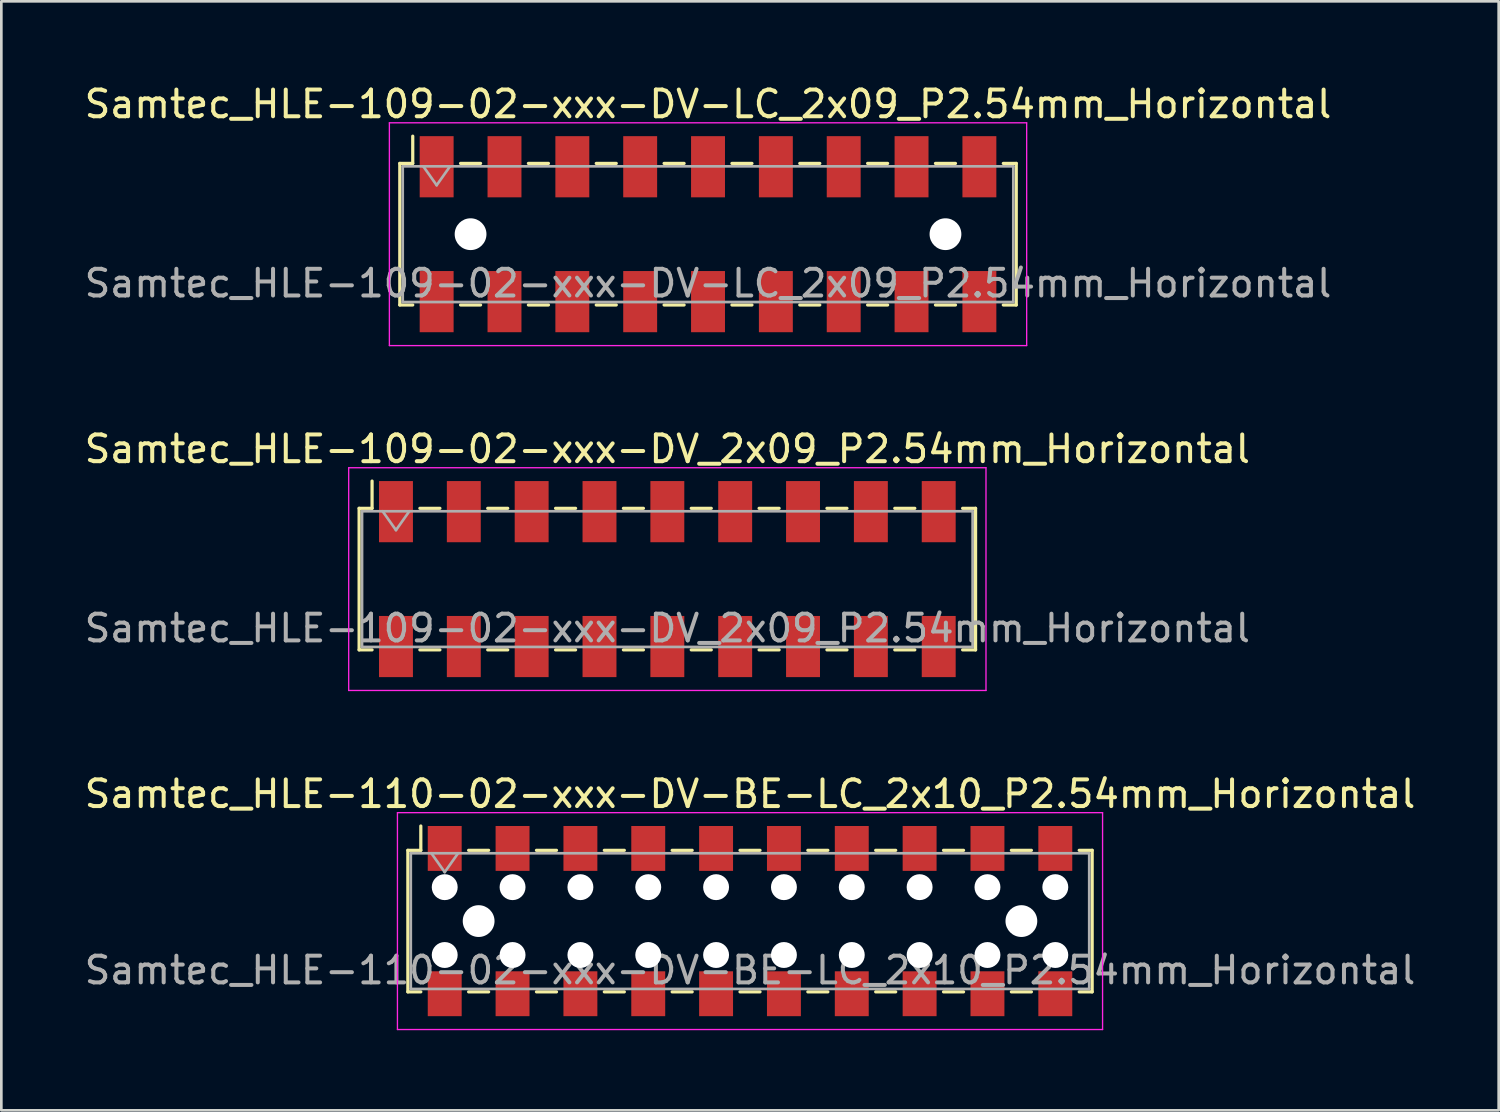
<source format=kicad_pcb>
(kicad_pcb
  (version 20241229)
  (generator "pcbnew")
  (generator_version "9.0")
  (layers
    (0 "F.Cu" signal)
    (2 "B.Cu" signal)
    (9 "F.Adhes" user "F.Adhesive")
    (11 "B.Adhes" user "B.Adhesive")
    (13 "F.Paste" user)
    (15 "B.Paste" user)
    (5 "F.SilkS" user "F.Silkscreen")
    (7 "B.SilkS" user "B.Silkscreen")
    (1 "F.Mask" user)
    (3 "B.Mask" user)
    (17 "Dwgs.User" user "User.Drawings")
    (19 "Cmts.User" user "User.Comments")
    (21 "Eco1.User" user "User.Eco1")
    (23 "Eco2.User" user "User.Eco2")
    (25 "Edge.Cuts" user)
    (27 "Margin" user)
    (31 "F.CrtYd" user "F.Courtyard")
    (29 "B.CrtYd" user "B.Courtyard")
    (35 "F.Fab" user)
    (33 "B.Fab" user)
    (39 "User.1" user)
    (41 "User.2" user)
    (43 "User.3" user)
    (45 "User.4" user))
  (footprint "Samtec_HLE-110-02-xxx-DV-BE-LC_2x10_P2.54mm_Horizontal"
    (layer "F.Cu")
    (at 25.03 31.435)
    (property "Reference" "Samtec_HLE-110-02-xxx-DV-BE-LC_2x10_P2.54mm_Horizontal" (at 0 -4.76 0) (layer "F.SilkS") (effects (font (size 1 1) (thickness 0.15))))
    (attr smd)
    (fp_line (start -12.81 -2.65) (end -12.81 2.65) (stroke (width 0.12) (type solid)) (layer "F.SilkS"))
    (fp_line (start -12.81 2.65) (end -12.325 2.65) (stroke (width 0.12) (type solid)) (layer "F.SilkS"))
    (fp_line (start -12.325 -3.56) (end -12.325 -2.65) (stroke (width 0.12) (type solid)) (layer "F.SilkS"))
    (fp_line (start -12.325 -2.65) (end -12.81 -2.65) (stroke (width 0.12) (type solid)) (layer "F.SilkS"))
    (fp_line (start -10.535 -2.65) (end -9.785 -2.65) (stroke (width 0.12) (type solid)) (layer "F.SilkS"))
    (fp_line (start -10.535 2.65) (end -9.785 2.65) (stroke (width 0.12) (type solid)) (layer "F.SilkS"))
    (fp_line (start -7.995 -2.65) (end -7.245 -2.65) (stroke (width 0.12) (type solid)) (layer "F.SilkS"))
    (fp_line (start -7.995 2.65) (end -7.245 2.65) (stroke (width 0.12) (type solid)) (layer "F.SilkS"))
    (fp_line (start -5.455 -2.65) (end -4.705 -2.65) (stroke (width 0.12) (type solid)) (layer "F.SilkS"))
    (fp_line (start -5.455 2.65) (end -4.705 2.65) (stroke (width 0.12) (type solid)) (layer "F.SilkS"))
    (fp_line (start -2.915 -2.65) (end -2.165 -2.65) (stroke (width 0.12) (type solid)) (layer "F.SilkS"))
    (fp_line (start -2.915 2.65) (end -2.165 2.65) (stroke (width 0.12) (type solid)) (layer "F.SilkS"))
    (fp_line (start -0.375 -2.65) (end 0.375 -2.65) (stroke (width 0.12) (type solid)) (layer "F.SilkS"))
    (fp_line (start -0.375 2.65) (end 0.375 2.65) (stroke (width 0.12) (type solid)) (layer "F.SilkS"))
    (fp_line (start 2.165 -2.65) (end 2.915 -2.65) (stroke (width 0.12) (type solid)) (layer "F.SilkS"))
    (fp_line (start 2.165 2.65) (end 2.915 2.65) (stroke (width 0.12) (type solid)) (layer "F.SilkS"))
    (fp_line (start 4.705 -2.65) (end 5.455 -2.65) (stroke (width 0.12) (type solid)) (layer "F.SilkS"))
    (fp_line (start 4.705 2.65) (end 5.455 2.65) (stroke (width 0.12) (type solid)) (layer "F.SilkS"))
    (fp_line (start 7.245 -2.65) (end 7.995 -2.65) (stroke (width 0.12) (type solid)) (layer "F.SilkS"))
    (fp_line (start 7.245 2.65) (end 7.995 2.65) (stroke (width 0.12) (type solid)) (layer "F.SilkS"))
    (fp_line (start 9.785 -2.65) (end 10.535 -2.65) (stroke (width 0.12) (type solid)) (layer "F.SilkS"))
    (fp_line (start 9.785 2.65) (end 10.535 2.65) (stroke (width 0.12) (type solid)) (layer "F.SilkS"))
    (fp_line (start 12.325 -2.65) (end 12.81 -2.65) (stroke (width 0.12) (type solid)) (layer "F.SilkS"))
    (fp_line (start 12.81 -2.65) (end 12.81 2.65) (stroke (width 0.12) (type solid)) (layer "F.SilkS"))
    (fp_line (start 12.81 2.65) (end 12.325 2.65) (stroke (width 0.12) (type solid)) (layer "F.SilkS"))
    (fp_line (start -13.2 -4.06) (end 13.2 -4.06) (stroke (width 0.05) (type solid)) (layer "F.CrtYd"))
    (fp_line (start -13.2 4.06) (end -13.2 -4.06) (stroke (width 0.05) (type solid)) (layer "F.CrtYd"))
    (fp_line (start 13.2 -4.06) (end 13.2 4.06) (stroke (width 0.05) (type solid)) (layer "F.CrtYd"))
    (fp_line (start 13.2 4.06) (end -13.2 4.06) (stroke (width 0.05) (type solid)) (layer "F.CrtYd"))
    (fp_line (start -12.7 -2.54) (end 12.7 -2.54) (stroke (width 0.1) (type solid)) (layer "F.Fab"))
    (fp_line (start -12.7 2.54) (end -12.7 -2.54) (stroke (width 0.1) (type solid)) (layer "F.Fab"))
    (fp_line (start -11.93 -2.54) (end -11.43 -1.833) (stroke (width 0.1) (type solid)) (layer "F.Fab"))
    (fp_line (start -11.43 -1.833) (end -10.93 -2.54) (stroke (width 0.1) (type solid)) (layer "F.Fab"))
    (fp_line (start 12.7 -2.54) (end 12.7 2.54) (stroke (width 0.1) (type solid)) (layer "F.Fab"))
    (fp_line (start 12.7 2.54) (end -12.7 2.54) (stroke (width 0.1) (type solid)) (layer "F.Fab"))
    (fp_text user "${REFERENCE}" (at 0 1.84 0) (layer "F.Fab") (effects (font (size 1 1) (thickness 0.15))))
    (pad "" np_thru_hole circle (at -11.43 -1.27) (size 0.97 0.97) (drill 0.97) (layers "*.Cu" "*.Mask"))
    (pad "" np_thru_hole circle (at -11.43 1.27) (size 0.97 0.97) (drill 0.97) (layers "*.Cu" "*.Mask"))
    (pad "" np_thru_hole circle (at -10.16 0) (size 1.19 1.19) (drill 1.19) (layers "*.Cu" "*.Mask"))
    (pad "" np_thru_hole circle (at -8.89 -1.27) (size 0.97 0.97) (drill 0.97) (layers "*.Cu" "*.Mask"))
    (pad "" np_thru_hole circle (at -8.89 1.27) (size 0.97 0.97) (drill 0.97) (layers "*.Cu" "*.Mask"))
    (pad "" np_thru_hole circle (at -6.35 -1.27) (size 0.97 0.97) (drill 0.97) (layers "*.Cu" "*.Mask"))
    (pad "" np_thru_hole circle (at -6.35 1.27) (size 0.97 0.97) (drill 0.97) (layers "*.Cu" "*.Mask"))
    (pad "" np_thru_hole circle (at -3.81 -1.27) (size 0.97 0.97) (drill 0.97) (layers "*.Cu" "*.Mask"))
    (pad "" np_thru_hole circle (at -3.81 1.27) (size 0.97 0.97) (drill 0.97) (layers "*.Cu" "*.Mask"))
    (pad "" np_thru_hole circle (at -1.27 -1.27) (size 0.97 0.97) (drill 0.97) (layers "*.Cu" "*.Mask"))
    (pad "" np_thru_hole circle (at -1.27 1.27) (size 0.97 0.97) (drill 0.97) (layers "*.Cu" "*.Mask"))
    (pad "" np_thru_hole circle (at 1.27 -1.27) (size 0.97 0.97) (drill 0.97) (layers "*.Cu" "*.Mask"))
    (pad "" np_thru_hole circle (at 1.27 1.27) (size 0.97 0.97) (drill 0.97) (layers "*.Cu" "*.Mask"))
    (pad "" np_thru_hole circle (at 3.81 -1.27) (size 0.97 0.97) (drill 0.97) (layers "*.Cu" "*.Mask"))
    (pad "" np_thru_hole circle (at 3.81 1.27) (size 0.97 0.97) (drill 0.97) (layers "*.Cu" "*.Mask"))
    (pad "" np_thru_hole circle (at 6.35 -1.27) (size 0.97 0.97) (drill 0.97) (layers "*.Cu" "*.Mask"))
    (pad "" np_thru_hole circle (at 6.35 1.27) (size 0.97 0.97) (drill 0.97) (layers "*.Cu" "*.Mask"))
    (pad "" np_thru_hole circle (at 8.89 -1.27) (size 0.97 0.97) (drill 0.97) (layers "*.Cu" "*.Mask"))
    (pad "" np_thru_hole circle (at 8.89 1.27) (size 0.97 0.97) (drill 0.97) (layers "*.Cu" "*.Mask"))
    (pad "" np_thru_hole circle (at 10.16 0) (size 1.19 1.19) (drill 1.19) (layers "*.Cu" "*.Mask"))
    (pad "" np_thru_hole circle (at 11.43 -1.27) (size 0.97 0.97) (drill 0.97) (layers "*.Cu" "*.Mask"))
    (pad "" np_thru_hole circle (at 11.43 1.27) (size 0.97 0.97) (drill 0.97) (layers "*.Cu" "*.Mask"))
    (pad "1" smd rect (at -11.43 -2.72) (size 1.27 1.68) (layers "F.Cu" "F.Mask" "F.Paste"))
    (pad "2" smd rect (at -11.43 2.72) (size 1.27 1.68) (layers "F.Cu" "F.Mask" "F.Paste"))
    (pad "3" smd rect (at -8.89 -2.72) (size 1.27 1.68) (layers "F.Cu" "F.Mask" "F.Paste"))
    (pad "4" smd rect (at -8.89 2.72) (size 1.27 1.68) (layers "F.Cu" "F.Mask" "F.Paste"))
    (pad "5" smd rect (at -6.35 -2.72) (size 1.27 1.68) (layers "F.Cu" "F.Mask" "F.Paste"))
    (pad "6" smd rect (at -6.35 2.72) (size 1.27 1.68) (layers "F.Cu" "F.Mask" "F.Paste"))
    (pad "7" smd rect (at -3.81 -2.72) (size 1.27 1.68) (layers "F.Cu" "F.Mask" "F.Paste"))
    (pad "8" smd rect (at -3.81 2.72) (size 1.27 1.68) (layers "F.Cu" "F.Mask" "F.Paste"))
    (pad "9" smd rect (at -1.27 -2.72) (size 1.27 1.68) (layers "F.Cu" "F.Mask" "F.Paste"))
    (pad "10" smd rect (at -1.27 2.72) (size 1.27 1.68) (layers "F.Cu" "F.Mask" "F.Paste"))
    (pad "11" smd rect (at 1.27 -2.72) (size 1.27 1.68) (layers "F.Cu" "F.Mask" "F.Paste"))
    (pad "12" smd rect (at 1.27 2.72) (size 1.27 1.68) (layers "F.Cu" "F.Mask" "F.Paste"))
    (pad "13" smd rect (at 3.81 -2.72) (size 1.27 1.68) (layers "F.Cu" "F.Mask" "F.Paste"))
    (pad "14" smd rect (at 3.81 2.72) (size 1.27 1.68) (layers "F.Cu" "F.Mask" "F.Paste"))
    (pad "15" smd rect (at 6.35 -2.72) (size 1.27 1.68) (layers "F.Cu" "F.Mask" "F.Paste"))
    (pad "16" smd rect (at 6.35 2.72) (size 1.27 1.68) (layers "F.Cu" "F.Mask" "F.Paste"))
    (pad "17" smd rect (at 8.89 -2.72) (size 1.27 1.68) (layers "F.Cu" "F.Mask" "F.Paste"))
    (pad "18" smd rect (at 8.89 2.72) (size 1.27 1.68) (layers "F.Cu" "F.Mask" "F.Paste"))
    (pad "19" smd rect (at 11.43 -2.72) (size 1.27 1.68) (layers "F.Cu" "F.Mask" "F.Paste"))
    (pad "20" smd rect (at 11.43 2.72) (size 1.27 1.68) (layers "F.Cu" "F.Mask" "F.Paste")))
  (footprint "Samtec_HLE-109-02-xxx-DV-LC_2x09_P2.54mm_Horizontal"
    (layer "F.Cu")
    (at 23.458 5.718)
    (property "Reference" "Samtec_HLE-109-02-xxx-DV-LC_2x09_P2.54mm_Horizontal" (at 0 -4.87 0) (layer "F.SilkS") (effects (font (size 1 1) (thickness 0.15))))
    (attr smd)
    (fp_line (start -11.54 -2.65) (end -11.54 2.65) (stroke (width 0.12) (type solid)) (layer "F.SilkS"))
    (fp_line (start -11.54 2.65) (end -11.055 2.65) (stroke (width 0.12) (type solid)) (layer "F.SilkS"))
    (fp_line (start -11.055 -3.67) (end -11.055 -2.65) (stroke (width 0.12) (type solid)) (layer "F.SilkS"))
    (fp_line (start -11.055 -2.65) (end -11.54 -2.65) (stroke (width 0.12) (type solid)) (layer "F.SilkS"))
    (fp_line (start -9.265 -2.65) (end -8.515 -2.65) (stroke (width 0.12) (type solid)) (layer "F.SilkS"))
    (fp_line (start -9.265 2.65) (end -8.515 2.65) (stroke (width 0.12) (type solid)) (layer "F.SilkS"))
    (fp_line (start -6.725 -2.65) (end -5.975 -2.65) (stroke (width 0.12) (type solid)) (layer "F.SilkS"))
    (fp_line (start -6.725 2.65) (end -5.975 2.65) (stroke (width 0.12) (type solid)) (layer "F.SilkS"))
    (fp_line (start -4.185 -2.65) (end -3.435 -2.65) (stroke (width 0.12) (type solid)) (layer "F.SilkS"))
    (fp_line (start -4.185 2.65) (end -3.435 2.65) (stroke (width 0.12) (type solid)) (layer "F.SilkS"))
    (fp_line (start -1.645 -2.65) (end -0.895 -2.65) (stroke (width 0.12) (type solid)) (layer "F.SilkS"))
    (fp_line (start -1.645 2.65) (end -0.895 2.65) (stroke (width 0.12) (type solid)) (layer "F.SilkS"))
    (fp_line (start 0.895 -2.65) (end 1.645 -2.65) (stroke (width 0.12) (type solid)) (layer "F.SilkS"))
    (fp_line (start 0.895 2.65) (end 1.645 2.65) (stroke (width 0.12) (type solid)) (layer "F.SilkS"))
    (fp_line (start 3.435 -2.65) (end 4.185 -2.65) (stroke (width 0.12) (type solid)) (layer "F.SilkS"))
    (fp_line (start 3.435 2.65) (end 4.185 2.65) (stroke (width 0.12) (type solid)) (layer "F.SilkS"))
    (fp_line (start 5.975 -2.65) (end 6.725 -2.65) (stroke (width 0.12) (type solid)) (layer "F.SilkS"))
    (fp_line (start 5.975 2.65) (end 6.725 2.65) (stroke (width 0.12) (type solid)) (layer "F.SilkS"))
    (fp_line (start 8.515 -2.65) (end 9.265 -2.65) (stroke (width 0.12) (type solid)) (layer "F.SilkS"))
    (fp_line (start 8.515 2.65) (end 9.265 2.65) (stroke (width 0.12) (type solid)) (layer "F.SilkS"))
    (fp_line (start 11.055 -2.65) (end 11.54 -2.65) (stroke (width 0.12) (type solid)) (layer "F.SilkS"))
    (fp_line (start 11.54 -2.65) (end 11.54 2.65) (stroke (width 0.12) (type solid)) (layer "F.SilkS"))
    (fp_line (start 11.54 2.65) (end 11.055 2.65) (stroke (width 0.12) (type solid)) (layer "F.SilkS"))
    (fp_line (start -11.93 -4.17) (end 11.93 -4.17) (stroke (width 0.05) (type solid)) (layer "F.CrtYd"))
    (fp_line (start -11.93 4.17) (end -11.93 -4.17) (stroke (width 0.05) (type solid)) (layer "F.CrtYd"))
    (fp_line (start 11.93 -4.17) (end 11.93 4.17) (stroke (width 0.05) (type solid)) (layer "F.CrtYd"))
    (fp_line (start 11.93 4.17) (end -11.93 4.17) (stroke (width 0.05) (type solid)) (layer "F.CrtYd"))
    (fp_line (start -11.43 -2.54) (end 11.43 -2.54) (stroke (width 0.1) (type solid)) (layer "F.Fab"))
    (fp_line (start -11.43 2.54) (end -11.43 -2.54) (stroke (width 0.1) (type solid)) (layer "F.Fab"))
    (fp_line (start -10.66 -2.54) (end -10.16 -1.833) (stroke (width 0.1) (type solid)) (layer "F.Fab"))
    (fp_line (start -10.16 -1.833) (end -9.66 -2.54) (stroke (width 0.1) (type solid)) (layer "F.Fab"))
    (fp_line (start 11.43 -2.54) (end 11.43 2.54) (stroke (width 0.1) (type solid)) (layer "F.Fab"))
    (fp_line (start 11.43 2.54) (end -11.43 2.54) (stroke (width 0.1) (type solid)) (layer "F.Fab"))
    (fp_text user "${REFERENCE}" (at 0 1.84 0) (layer "F.Fab") (effects (font (size 1 1) (thickness 0.15))))
    (pad "" np_thru_hole circle (at -8.89 0) (size 1.19 1.19) (drill 1.19) (layers "*.Cu" "*.Mask"))
    (pad "" np_thru_hole circle (at 8.89 0) (size 1.19 1.19) (drill 1.19) (layers "*.Cu" "*.Mask"))
    (pad "1" smd rect (at -10.16 -2.525) (size 1.27 2.29) (layers "F.Cu" "F.Mask" "F.Paste"))
    (pad "2" smd rect (at -10.16 2.525) (size 1.27 2.29) (layers "F.Cu" "F.Mask" "F.Paste"))
    (pad "3" smd rect (at -7.62 -2.525) (size 1.27 2.29) (layers "F.Cu" "F.Mask" "F.Paste"))
    (pad "4" smd rect (at -7.62 2.525) (size 1.27 2.29) (layers "F.Cu" "F.Mask" "F.Paste"))
    (pad "5" smd rect (at -5.08 -2.525) (size 1.27 2.29) (layers "F.Cu" "F.Mask" "F.Paste"))
    (pad "6" smd rect (at -5.08 2.525) (size 1.27 2.29) (layers "F.Cu" "F.Mask" "F.Paste"))
    (pad "7" smd rect (at -2.54 -2.525) (size 1.27 2.29) (layers "F.Cu" "F.Mask" "F.Paste"))
    (pad "8" smd rect (at -2.54 2.525) (size 1.27 2.29) (layers "F.Cu" "F.Mask" "F.Paste"))
    (pad "9" smd rect (at 0 -2.525) (size 1.27 2.29) (layers "F.Cu" "F.Mask" "F.Paste"))
    (pad "10" smd rect (at 0 2.525) (size 1.27 2.29) (layers "F.Cu" "F.Mask" "F.Paste"))
    (pad "11" smd rect (at 2.54 -2.525) (size 1.27 2.29) (layers "F.Cu" "F.Mask" "F.Paste"))
    (pad "12" smd rect (at 2.54 2.525) (size 1.27 2.29) (layers "F.Cu" "F.Mask" "F.Paste"))
    (pad "13" smd rect (at 5.08 -2.525) (size 1.27 2.29) (layers "F.Cu" "F.Mask" "F.Paste"))
    (pad "14" smd rect (at 5.08 2.525) (size 1.27 2.29) (layers "F.Cu" "F.Mask" "F.Paste"))
    (pad "15" smd rect (at 7.62 -2.525) (size 1.27 2.29) (layers "F.Cu" "F.Mask" "F.Paste"))
    (pad "16" smd rect (at 7.62 2.525) (size 1.27 2.29) (layers "F.Cu" "F.Mask" "F.Paste"))
    (pad "17" smd rect (at 10.16 -2.525) (size 1.27 2.29) (layers "F.Cu" "F.Mask" "F.Paste"))
    (pad "18" smd rect (at 10.16 2.525) (size 1.27 2.29) (layers "F.Cu" "F.Mask" "F.Paste")))
  (footprint "Samtec_HLE-109-02-xxx-DV_2x09_P2.54mm_Horizontal"
    (layer "F.Cu")
    (at 21.935 18.631)
    (property "Reference" "Samtec_HLE-109-02-xxx-DV_2x09_P2.54mm_Horizontal" (at 0 -4.87 0) (layer "F.SilkS") (effects (font (size 1 1) (thickness 0.15))))
    (attr smd)
    (fp_line (start -11.54 -2.65) (end -11.54 2.65) (stroke (width 0.12) (type solid)) (layer "F.SilkS"))
    (fp_line (start -11.54 2.65) (end -11.055 2.65) (stroke (width 0.12) (type solid)) (layer "F.SilkS"))
    (fp_line (start -11.055 -3.67) (end -11.055 -2.65) (stroke (width 0.12) (type solid)) (layer "F.SilkS"))
    (fp_line (start -11.055 -2.65) (end -11.54 -2.65) (stroke (width 0.12) (type solid)) (layer "F.SilkS"))
    (fp_line (start -9.265 -2.65) (end -8.515 -2.65) (stroke (width 0.12) (type solid)) (layer "F.SilkS"))
    (fp_line (start -9.265 2.65) (end -8.515 2.65) (stroke (width 0.12) (type solid)) (layer "F.SilkS"))
    (fp_line (start -6.725 -2.65) (end -5.975 -2.65) (stroke (width 0.12) (type solid)) (layer "F.SilkS"))
    (fp_line (start -6.725 2.65) (end -5.975 2.65) (stroke (width 0.12) (type solid)) (layer "F.SilkS"))
    (fp_line (start -4.185 -2.65) (end -3.435 -2.65) (stroke (width 0.12) (type solid)) (layer "F.SilkS"))
    (fp_line (start -4.185 2.65) (end -3.435 2.65) (stroke (width 0.12) (type solid)) (layer "F.SilkS"))
    (fp_line (start -1.645 -2.65) (end -0.895 -2.65) (stroke (width 0.12) (type solid)) (layer "F.SilkS"))
    (fp_line (start -1.645 2.65) (end -0.895 2.65) (stroke (width 0.12) (type solid)) (layer "F.SilkS"))
    (fp_line (start 0.895 -2.65) (end 1.645 -2.65) (stroke (width 0.12) (type solid)) (layer "F.SilkS"))
    (fp_line (start 0.895 2.65) (end 1.645 2.65) (stroke (width 0.12) (type solid)) (layer "F.SilkS"))
    (fp_line (start 3.435 -2.65) (end 4.185 -2.65) (stroke (width 0.12) (type solid)) (layer "F.SilkS"))
    (fp_line (start 3.435 2.65) (end 4.185 2.65) (stroke (width 0.12) (type solid)) (layer "F.SilkS"))
    (fp_line (start 5.975 -2.65) (end 6.725 -2.65) (stroke (width 0.12) (type solid)) (layer "F.SilkS"))
    (fp_line (start 5.975 2.65) (end 6.725 2.65) (stroke (width 0.12) (type solid)) (layer "F.SilkS"))
    (fp_line (start 8.515 -2.65) (end 9.265 -2.65) (stroke (width 0.12) (type solid)) (layer "F.SilkS"))
    (fp_line (start 8.515 2.65) (end 9.265 2.65) (stroke (width 0.12) (type solid)) (layer "F.SilkS"))
    (fp_line (start 11.055 -2.65) (end 11.54 -2.65) (stroke (width 0.12) (type solid)) (layer "F.SilkS"))
    (fp_line (start 11.54 -2.65) (end 11.54 2.65) (stroke (width 0.12) (type solid)) (layer "F.SilkS"))
    (fp_line (start 11.54 2.65) (end 11.055 2.65) (stroke (width 0.12) (type solid)) (layer "F.SilkS"))
    (fp_line (start -11.93 -4.17) (end 11.93 -4.17) (stroke (width 0.05) (type solid)) (layer "F.CrtYd"))
    (fp_line (start -11.93 4.17) (end -11.93 -4.17) (stroke (width 0.05) (type solid)) (layer "F.CrtYd"))
    (fp_line (start 11.93 -4.17) (end 11.93 4.17) (stroke (width 0.05) (type solid)) (layer "F.CrtYd"))
    (fp_line (start 11.93 4.17) (end -11.93 4.17) (stroke (width 0.05) (type solid)) (layer "F.CrtYd"))
    (fp_line (start -11.43 -2.54) (end 11.43 -2.54) (stroke (width 0.1) (type solid)) (layer "F.Fab"))
    (fp_line (start -11.43 2.54) (end -11.43 -2.54) (stroke (width 0.1) (type solid)) (layer "F.Fab"))
    (fp_line (start -10.66 -2.54) (end -10.16 -1.833) (stroke (width 0.1) (type solid)) (layer "F.Fab"))
    (fp_line (start -10.16 -1.833) (end -9.66 -2.54) (stroke (width 0.1) (type solid)) (layer "F.Fab"))
    (fp_line (start 11.43 -2.54) (end 11.43 2.54) (stroke (width 0.1) (type solid)) (layer "F.Fab"))
    (fp_line (start 11.43 2.54) (end -11.43 2.54) (stroke (width 0.1) (type solid)) (layer "F.Fab"))
    (fp_text user "${REFERENCE}" (at 0 1.84 0) (layer "F.Fab") (effects (font (size 1 1) (thickness 0.15))))
    (pad "1" smd rect (at -10.16 -2.525) (size 1.27 2.29) (layers "F.Cu" "F.Mask" "F.Paste"))
    (pad "2" smd rect (at -10.16 2.525) (size 1.27 2.29) (layers "F.Cu" "F.Mask" "F.Paste"))
    (pad "3" smd rect (at -7.62 -2.525) (size 1.27 2.29) (layers "F.Cu" "F.Mask" "F.Paste"))
    (pad "4" smd rect (at -7.62 2.525) (size 1.27 2.29) (layers "F.Cu" "F.Mask" "F.Paste"))
    (pad "5" smd rect (at -5.08 -2.525) (size 1.27 2.29) (layers "F.Cu" "F.Mask" "F.Paste"))
    (pad "6" smd rect (at -5.08 2.525) (size 1.27 2.29) (layers "F.Cu" "F.Mask" "F.Paste"))
    (pad "7" smd rect (at -2.54 -2.525) (size 1.27 2.29) (layers "F.Cu" "F.Mask" "F.Paste"))
    (pad "8" smd rect (at -2.54 2.525) (size 1.27 2.29) (layers "F.Cu" "F.Mask" "F.Paste"))
    (pad "9" smd rect (at 0 -2.525) (size 1.27 2.29) (layers "F.Cu" "F.Mask" "F.Paste"))
    (pad "10" smd rect (at 0 2.525) (size 1.27 2.29) (layers "F.Cu" "F.Mask" "F.Paste"))
    (pad "11" smd rect (at 2.54 -2.525) (size 1.27 2.29) (layers "F.Cu" "F.Mask" "F.Paste"))
    (pad "12" smd rect (at 2.54 2.525) (size 1.27 2.29) (layers "F.Cu" "F.Mask" "F.Paste"))
    (pad "13" smd rect (at 5.08 -2.525) (size 1.27 2.29) (layers "F.Cu" "F.Mask" "F.Paste"))
    (pad "14" smd rect (at 5.08 2.525) (size 1.27 2.29) (layers "F.Cu" "F.Mask" "F.Paste"))
    (pad "15" smd rect (at 7.62 -2.525) (size 1.27 2.29) (layers "F.Cu" "F.Mask" "F.Paste"))
    (pad "16" smd rect (at 7.62 2.525) (size 1.27 2.29) (layers "F.Cu" "F.Mask" "F.Paste"))
    (pad "17" smd rect (at 10.16 -2.525) (size 1.27 2.29) (layers "F.Cu" "F.Mask" "F.Paste"))
    (pad "18" smd rect (at 10.16 2.525) (size 1.27 2.29) (layers "F.Cu" "F.Mask" "F.Paste")))
  (gr_rect
    (start -3 -3)
    (end 53.06 38.52)
    (stroke (width 0.1) (type default))
    (fill no)
    (layer "Edge.Cuts")))
</source>
